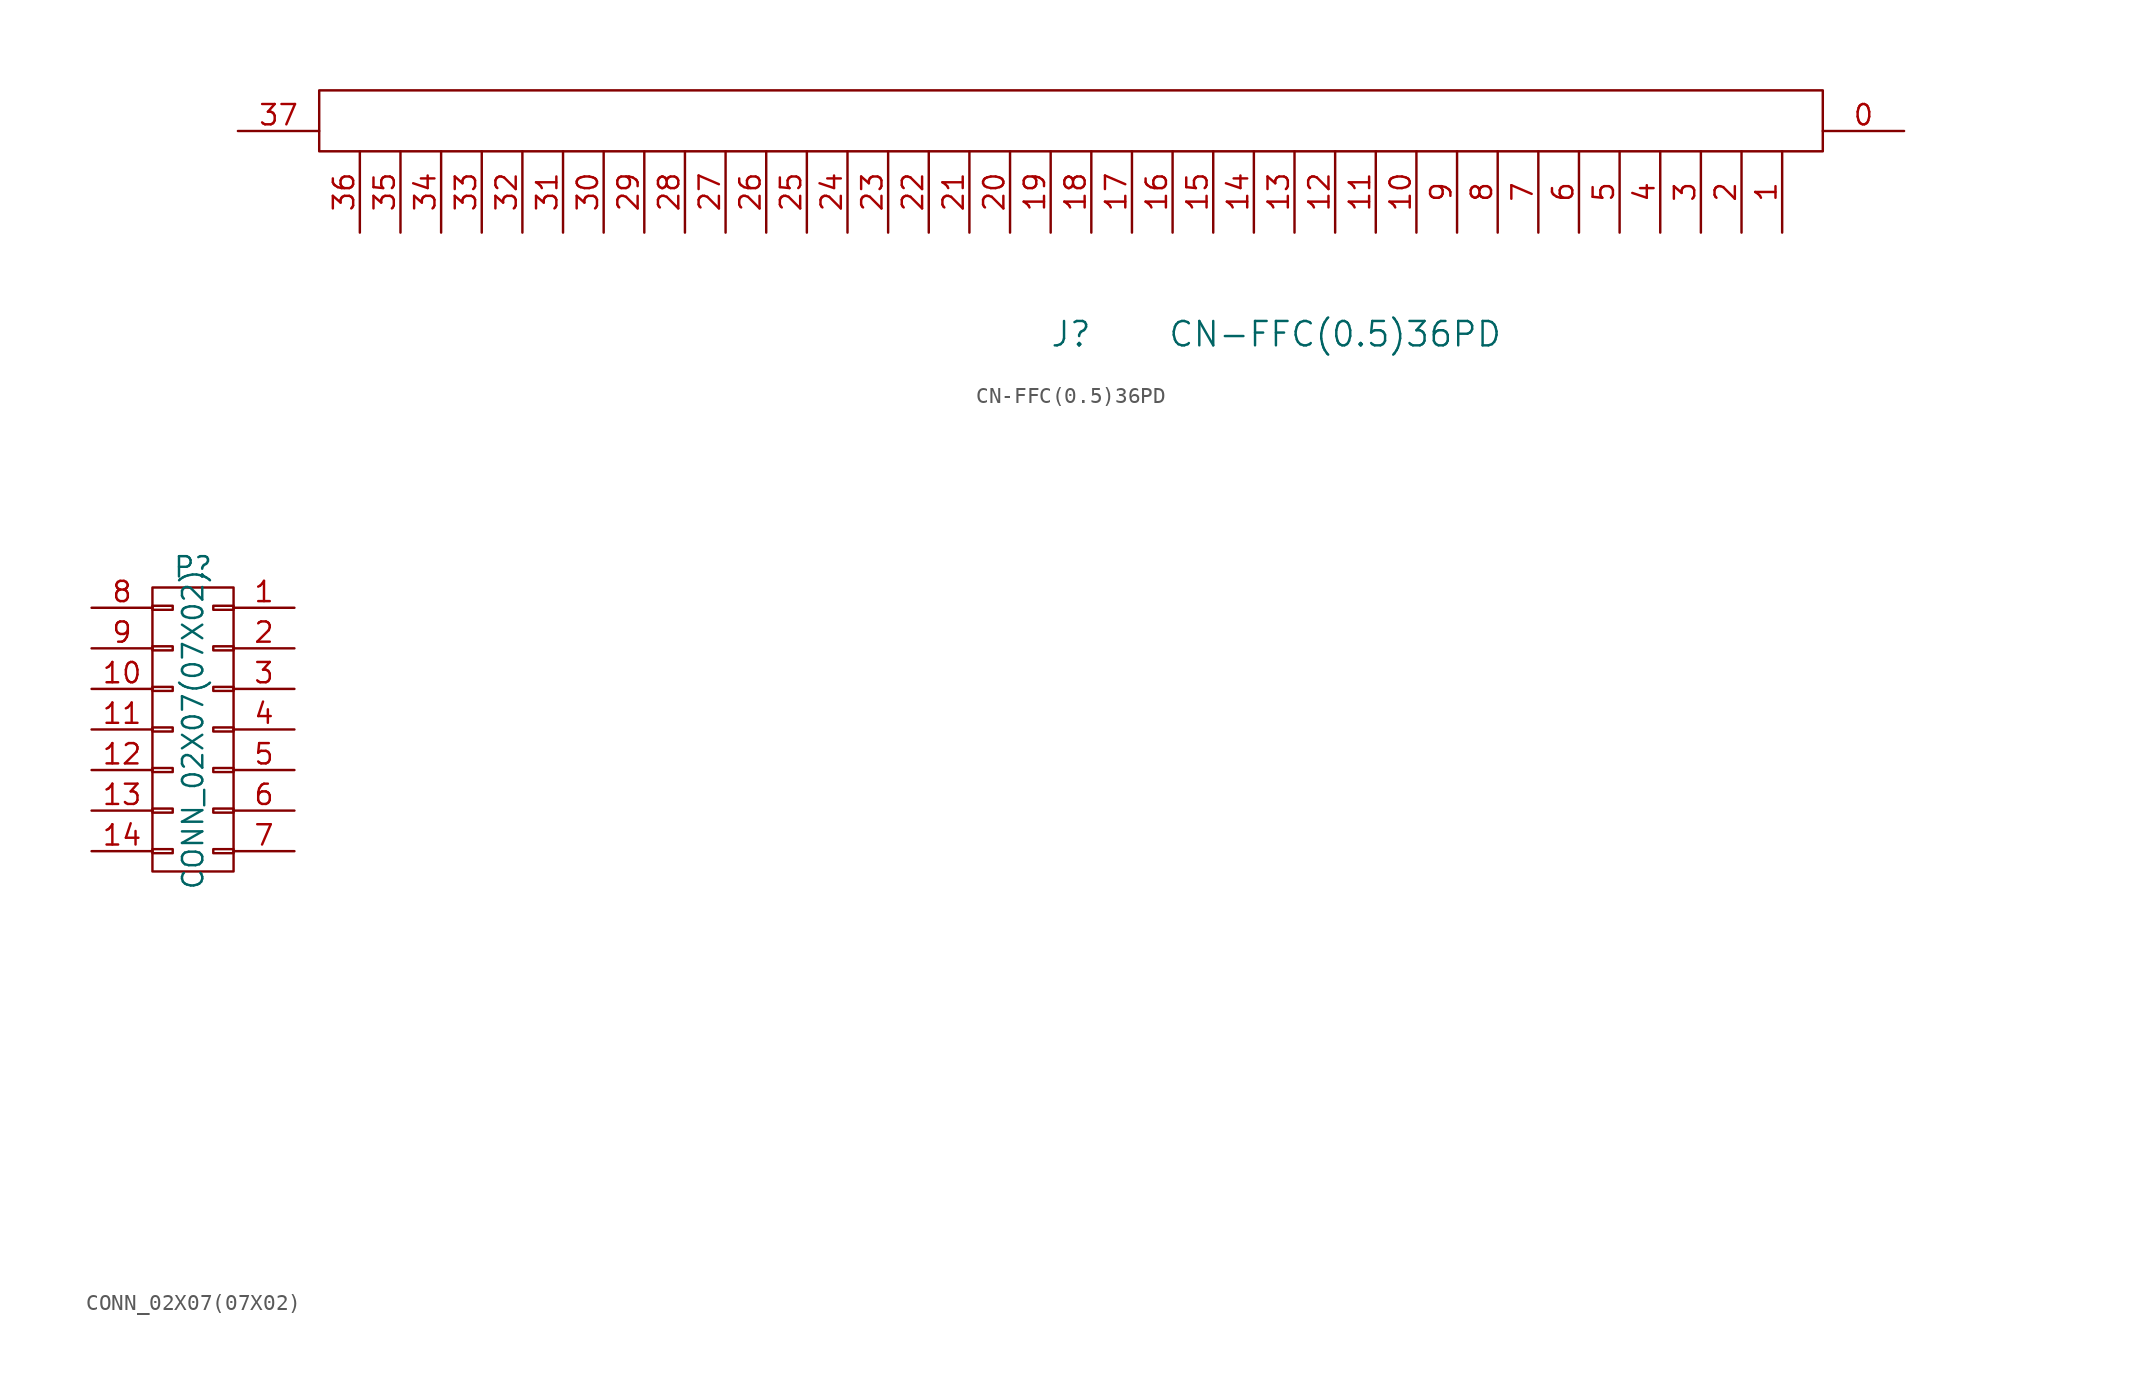
<source format=kicad_sym>
(kicad_symbol_lib
  (version 20220914)
  (generator kicad_symbol_editor)
  (symbol "CN-FFC(0.5)36PD"
    (pin_names
      (offset 1.016))
    (property "Reference" "J"
      (at 0 -11.43 0)
      (effects (font (size 1.524 1.524))))
    (property "Value" "CN-FFC(0.5)36PD"
      (at 16.51 -11.43 0)
      (effects (font (size 1.524 1.524))))
    (property "Footprint" ""
      (at 27.94 0 90)
      (effects (font (size 1.524 1.524))))
    (property "Datasheet" ""
      (at 27.94 0 90)
      (effects (font (size 1.524 1.524))))
    (symbol "CN-FFC(0.5)36PD_0_1"
      (rectangle (start 46.99 3.81) (end -46.99 0) (stroke (width 0) (type solid)) (fill (type none))))
    (symbol "CN-FFC(0.5)36PD_1_1"
      (pin passive line (at 52.07 1.27 180) (length 5.08) (name "~" (effects (font (size 1.27 1.27)))) (number "0" (effects (font (size 1.27 1.27)))))
      (pin bidirectional line (at 44.45 -5.08 90) (length 5.08) (name "~" (effects (font (size 1.27 1.27)))) (number "1" (effects (font (size 1.27 1.27)))))
      (pin bidirectional line (at 21.59 -5.08 90) (length 5.08) (name "~" (effects (font (size 1.27 1.27)))) (number "10" (effects (font (size 1.27 1.27)))))
      (pin bidirectional line (at 19.05 -5.08 90) (length 5.08) (name "~" (effects (font (size 1.27 1.27)))) (number "11" (effects (font (size 1.27 1.27)))))
      (pin bidirectional line (at 16.51 -5.08 90) (length 5.08) (name "~" (effects (font (size 1.27 1.27)))) (number "12" (effects (font (size 1.27 1.27)))))
      (pin bidirectional line (at 13.97 -5.08 90) (length 5.08) (name "~" (effects (font (size 1.27 1.27)))) (number "13" (effects (font (size 1.27 1.27)))))
      (pin bidirectional line (at 11.43 -5.08 90) (length 5.08) (name "~" (effects (font (size 1.27 1.27)))) (number "14" (effects (font (size 1.27 1.27)))))
      (pin bidirectional line (at 8.89 -5.08 90) (length 5.08) (name "~" (effects (font (size 1.27 1.27)))) (number "15" (effects (font (size 1.27 1.27)))))
      (pin bidirectional line (at 6.35 -5.08 90) (length 5.08) (name "~" (effects (font (size 1.27 1.27)))) (number "16" (effects (font (size 1.27 1.27)))))
      (pin bidirectional line (at 3.81 -5.08 90) (length 5.08) (name "~" (effects (font (size 1.27 1.27)))) (number "17" (effects (font (size 1.27 1.27)))))
      (pin bidirectional line (at 1.27 -5.08 90) (length 5.08) (name "~" (effects (font (size 1.27 1.27)))) (number "18" (effects (font (size 1.27 1.27)))))
      (pin bidirectional line (at -1.27 -5.08 90) (length 5.08) (name "~" (effects (font (size 1.27 1.27)))) (number "19" (effects (font (size 1.27 1.27)))))
      (pin bidirectional line (at 41.91 -5.08 90) (length 5.08) (name "~" (effects (font (size 1.27 1.27)))) (number "2" (effects (font (size 1.27 1.27)))))
      (pin bidirectional line (at -3.81 -5.08 90) (length 5.08) (name "~" (effects (font (size 1.27 1.27)))) (number "20" (effects (font (size 1.27 1.27)))))
      (pin bidirectional line (at -6.35 -5.08 90) (length 5.08) (name "~" (effects (font (size 1.27 1.27)))) (number "21" (effects (font (size 1.27 1.27)))))
      (pin bidirectional line (at -8.89 -5.08 90) (length 5.08) (name "~" (effects (font (size 1.27 1.27)))) (number "22" (effects (font (size 1.27 1.27)))))
      (pin bidirectional line (at -11.43 -5.08 90) (length 5.08) (name "~" (effects (font (size 1.27 1.27)))) (number "23" (effects (font (size 1.27 1.27)))))
      (pin bidirectional line (at -13.97 -5.08 90) (length 5.08) (name "~" (effects (font (size 1.27 1.27)))) (number "24" (effects (font (size 1.27 1.27)))))
      (pin bidirectional line (at -16.51 -5.08 90) (length 5.08) (name "~" (effects (font (size 1.27 1.27)))) (number "25" (effects (font (size 1.27 1.27)))))
      (pin bidirectional line (at -19.05 -5.08 90) (length 5.08) (name "~" (effects (font (size 1.27 1.27)))) (number "26" (effects (font (size 1.27 1.27)))))
      (pin bidirectional line (at -21.59 -5.08 90) (length 5.08) (name "~" (effects (font (size 1.27 1.27)))) (number "27" (effects (font (size 1.27 1.27)))))
      (pin bidirectional line (at -24.13 -5.08 90) (length 5.08) (name "~" (effects (font (size 1.27 1.27)))) (number "28" (effects (font (size 1.27 1.27)))))
      (pin bidirectional line (at -26.67 -5.08 90) (length 5.08) (name "~" (effects (font (size 1.27 1.27)))) (number "29" (effects (font (size 1.27 1.27)))))
      (pin bidirectional line (at 39.37 -5.08 90) (length 5.08) (name "~" (effects (font (size 1.27 1.27)))) (number "3" (effects (font (size 1.27 1.27)))))
      (pin bidirectional line (at -29.21 -5.08 90) (length 5.08) (name "~" (effects (font (size 1.27 1.27)))) (number "30" (effects (font (size 1.27 1.27)))))
      (pin bidirectional line (at -31.75 -5.08 90) (length 5.08) (name "~" (effects (font (size 1.27 1.27)))) (number "31" (effects (font (size 1.27 1.27)))))
      (pin bidirectional line (at -34.29 -5.08 90) (length 5.08) (name "~" (effects (font (size 1.27 1.27)))) (number "32" (effects (font (size 1.27 1.27)))))
      (pin bidirectional line (at -36.83 -5.08 90) (length 5.08) (name "~" (effects (font (size 1.27 1.27)))) (number "33" (effects (font (size 1.27 1.27)))))
      (pin bidirectional line (at -39.37 -5.08 90) (length 5.08) (name "~" (effects (font (size 1.27 1.27)))) (number "34" (effects (font (size 1.27 1.27)))))
      (pin bidirectional line (at -41.91 -5.08 90) (length 5.08) (name "~" (effects (font (size 1.27 1.27)))) (number "35" (effects (font (size 1.27 1.27)))))
      (pin bidirectional line (at -44.45 -5.08 90) (length 5.08) (name "~" (effects (font (size 1.27 1.27)))) (number "36" (effects (font (size 1.27 1.27)))))
      (pin passive line (at -52.07 1.27 0) (length 5.08) (name "~" (effects (font (size 1.27 1.27)))) (number "37" (effects (font (size 1.27 1.27)))))
      (pin bidirectional line (at 36.83 -5.08 90) (length 5.08) (name "~" (effects (font (size 1.27 1.27)))) (number "4" (effects (font (size 1.27 1.27)))))
      (pin bidirectional line (at 34.29 -5.08 90) (length 5.08) (name "~" (effects (font (size 1.27 1.27)))) (number "5" (effects (font (size 1.27 1.27)))))
      (pin bidirectional line (at 31.75 -5.08 90) (length 5.08) (name "~" (effects (font (size 1.27 1.27)))) (number "6" (effects (font (size 1.27 1.27)))))
      (pin bidirectional line (at 29.21 -5.08 90) (length 5.08) (name "~" (effects (font (size 1.27 1.27)))) (number "7" (effects (font (size 1.27 1.27)))))
      (pin bidirectional line (at 26.67 -5.08 90) (length 5.08) (name "~" (effects (font (size 1.27 1.27)))) (number "8" (effects (font (size 1.27 1.27)))))
      (pin bidirectional line (at 24.13 -5.08 90) (length 5.08) (name "~" (effects (font (size 1.27 1.27)))) (number "9" (effects (font (size 1.27 1.27)))))))
  (symbol "CONN_02X07(07X02)"
    (pin_names
      (offset 0.025) hide)
    (property "Reference" "P"
      (at 0 10.16 0)
      (effects (font (size 1.27 1.27))))
    (property "Value" "CONN_02X07(07X02)"
      (at 0 0 90)
      (effects (font (size 1.27 1.27))))
    (property "Footprint" ""
      (at 0 -30.48 0)
      (effects (font (size 1.27 1.27))))
    (property "Datasheet" ""
      (at 0 -30.48 0)
      (effects (font (size 1.27 1.27))))
    (symbol "CONN_02X07(07X02)_0_1"
      (rectangle (start -2.54 -7.493) (end -1.27 -7.747) (stroke (width 0) (type solid)) (fill (type none)))
      (rectangle (start -2.54 -4.953) (end -1.27 -5.207) (stroke (width 0) (type solid)) (fill (type none)))
      (rectangle (start -2.54 -2.413) (end -1.27 -2.667) (stroke (width 0) (type solid)) (fill (type none)))
      (rectangle (start -2.54 0.127) (end -1.27 -0.127) (stroke (width 0) (type solid)) (fill (type none)))
      (rectangle (start -2.54 2.667) (end -1.27 2.413) (stroke (width 0) (type solid)) (fill (type none)))
      (rectangle (start -2.54 5.207) (end -1.27 4.953) (stroke (width 0) (type solid)) (fill (type none)))
      (rectangle (start -2.54 7.747) (end -1.27 7.493) (stroke (width 0) (type solid)) (fill (type none)))
      (rectangle (start -2.54 8.89) (end 2.54 -8.89) (stroke (width 0) (type solid)) (fill (type none)))
      (rectangle (start 1.27 -7.493) (end 2.54 -7.747) (stroke (width 0) (type solid)) (fill (type none)))
      (rectangle (start 1.27 -4.953) (end 2.54 -5.207) (stroke (width 0) (type solid)) (fill (type none)))
      (rectangle (start 1.27 -2.413) (end 2.54 -2.667) (stroke (width 0) (type solid)) (fill (type none)))
      (rectangle (start 1.27 0.127) (end 2.54 -0.127) (stroke (width 0) (type solid)) (fill (type none)))
      (rectangle (start 1.27 2.667) (end 2.54 2.413) (stroke (width 0) (type solid)) (fill (type none)))
      (rectangle (start 1.27 5.207) (end 2.54 4.953) (stroke (width 0) (type solid)) (fill (type none)))
      (rectangle (start 1.27 7.747) (end 2.54 7.493) (stroke (width 0) (type solid)) (fill (type none))))
    (symbol "CONN_02X07(07X02)_1_1"
      (pin passive line (at 6.35 7.62 180) (length 3.81) (name "P1" (effects (font (size 1.27 1.27)))) (number "1" (effects (font (size 1.27 1.27)))))
      (pin passive line (at -6.35 2.54 0) (length 3.81) (name "P10" (effects (font (size 1.27 1.27)))) (number "10" (effects (font (size 1.27 1.27)))))
      (pin passive line (at -6.35 0 0) (length 3.81) (name "P11" (effects (font (size 1.27 1.27)))) (number "11" (effects (font (size 1.27 1.27)))))
      (pin passive line (at -6.35 -2.54 0) (length 3.81) (name "P12" (effects (font (size 1.27 1.27)))) (number "12" (effects (font (size 1.27 1.27)))))
      (pin passive line (at -6.35 -5.08 0) (length 3.81) (name "P13" (effects (font (size 1.27 1.27)))) (number "13" (effects (font (size 1.27 1.27)))))
      (pin passive line (at -6.35 -7.62 0) (length 3.81) (name "P14" (effects (font (size 1.27 1.27)))) (number "14" (effects (font (size 1.27 1.27)))))
      (pin passive line (at 6.35 5.08 180) (length 3.81) (name "P2" (effects (font (size 1.27 1.27)))) (number "2" (effects (font (size 1.27 1.27)))))
      (pin passive line (at 6.35 2.54 180) (length 3.81) (name "P3" (effects (font (size 1.27 1.27)))) (number "3" (effects (font (size 1.27 1.27)))))
      (pin passive line (at 6.35 0 180) (length 3.81) (name "P4" (effects (font (size 1.27 1.27)))) (number "4" (effects (font (size 1.27 1.27)))))
      (pin passive line (at 6.35 -2.54 180) (length 3.81) (name "P5" (effects (font (size 1.27 1.27)))) (number "5" (effects (font (size 1.27 1.27)))))
      (pin passive line (at 6.35 -5.08 180) (length 3.81) (name "P6" (effects (font (size 1.27 1.27)))) (number "6" (effects (font (size 1.27 1.27)))))
      (pin passive line (at 6.35 -7.62 180) (length 3.81) (name "P7" (effects (font (size 1.27 1.27)))) (number "7" (effects (font (size 1.27 1.27)))))
      (pin passive line (at -6.35 7.62 0) (length 3.81) (name "P8" (effects (font (size 1.27 1.27)))) (number "8" (effects (font (size 1.27 1.27)))))
      (pin passive line (at -6.35 5.08 0) (length 3.81) (name "P9" (effects (font (size 1.27 1.27)))) (number "9" (effects (font (size 1.27 1.27))))))))
</source>
